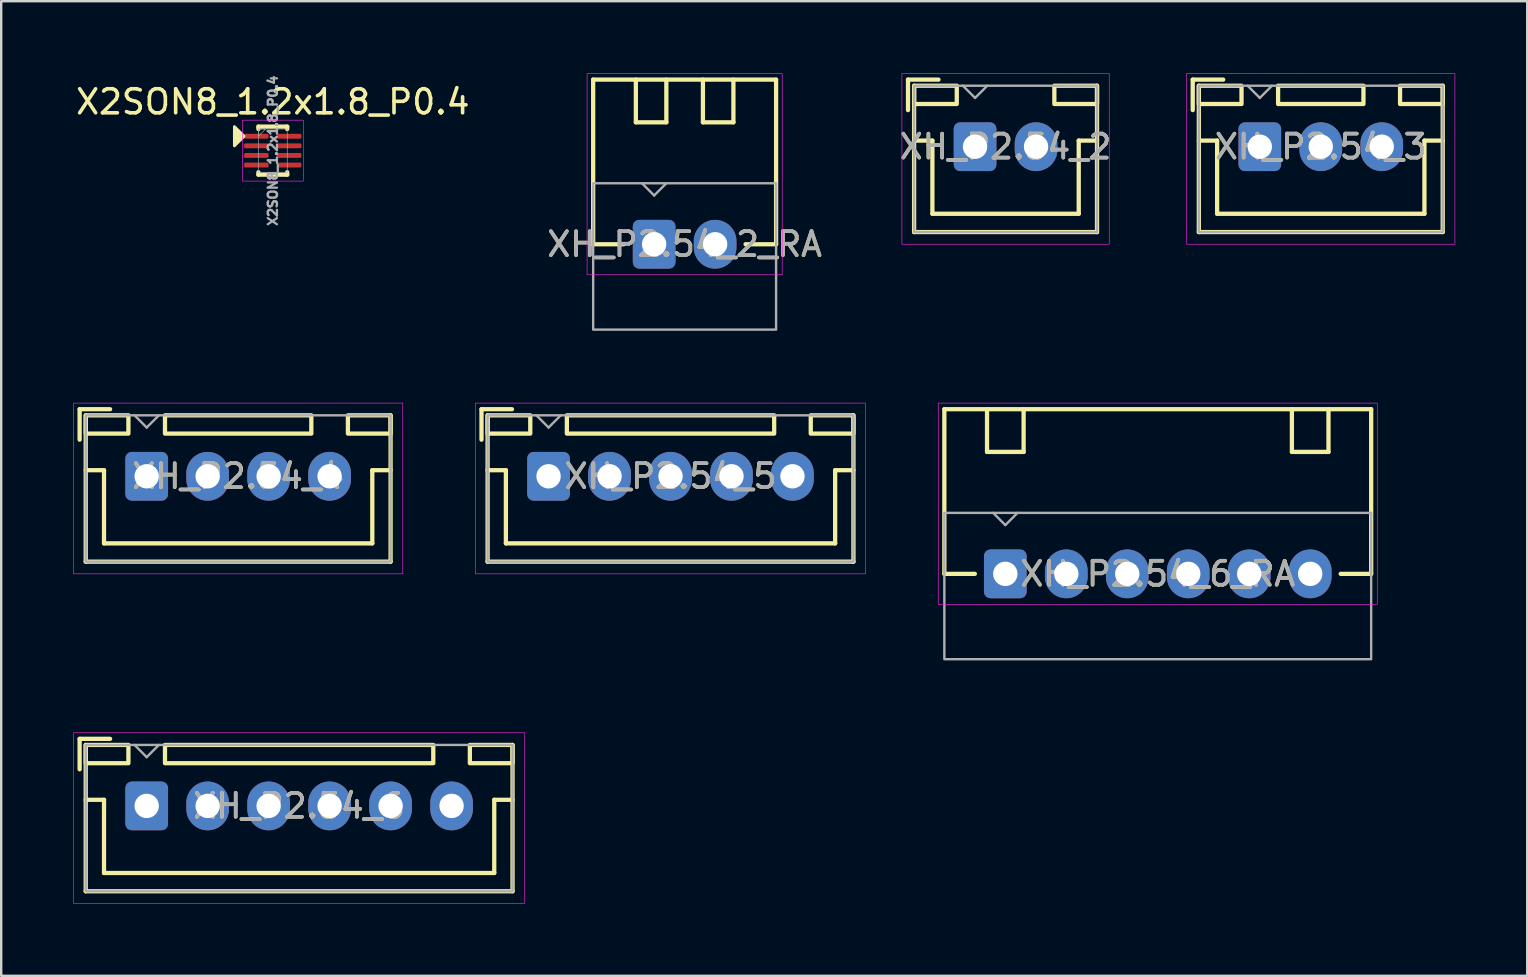
<source format=kicad_pcb>
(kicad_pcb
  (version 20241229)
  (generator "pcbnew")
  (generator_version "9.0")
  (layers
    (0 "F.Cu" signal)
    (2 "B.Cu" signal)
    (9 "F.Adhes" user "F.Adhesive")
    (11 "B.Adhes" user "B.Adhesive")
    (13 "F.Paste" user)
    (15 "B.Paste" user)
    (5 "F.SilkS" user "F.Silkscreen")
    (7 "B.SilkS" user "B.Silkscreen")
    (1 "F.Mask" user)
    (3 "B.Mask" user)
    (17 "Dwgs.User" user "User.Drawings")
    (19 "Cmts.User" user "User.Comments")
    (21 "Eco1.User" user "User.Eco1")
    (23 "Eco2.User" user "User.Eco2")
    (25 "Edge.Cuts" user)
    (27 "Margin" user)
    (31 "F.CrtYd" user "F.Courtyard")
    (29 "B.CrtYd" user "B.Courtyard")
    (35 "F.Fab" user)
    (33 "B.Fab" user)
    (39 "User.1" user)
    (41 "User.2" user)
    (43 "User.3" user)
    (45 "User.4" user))
  (footprint "X2SON8_1.2x1.8_P0.4"
    (layer "F.Cu")
    (at 8.315 3.225)
    (property "Reference" "X2SON8_1.2x1.8_P0.4" (at 0 -2.032 0) (unlocked yes) (layer "F.SilkS") (effects (font (size 1 1) (thickness 0.15))))
    (attr smd)
    (fp_line (start -0.6 -1) (end 0.6 -1) (stroke (width 0.178) (type solid)) (layer "F.SilkS"))
    (fp_line (start -0.6 -0.9) (end -0.6 -1) (stroke (width 0.178) (type solid)) (layer "F.SilkS"))
    (fp_line (start -0.6 0.9) (end -0.6 1) (stroke (width 0.178) (type solid)) (layer "F.SilkS"))
    (fp_line (start -0.6 1) (end 0.6 1) (stroke (width 0.178) (type solid)) (layer "F.SilkS"))
    (fp_line (start 0.6 -0.9) (end 0.6 -1) (stroke (width 0.178) (type solid)) (layer "F.SilkS"))
    (fp_line (start 0.6 0.9) (end 0.6 1) (stroke (width 0.178) (type solid)) (layer "F.SilkS"))
    (fp_poly (pts (xy -1.2 -0.6) (xy -1.6 -0.2) (xy -1.6 -1)) (stroke (width 0.12) (type solid)) (fill yes) (layer "F.SilkS"))
    (fp_rect (start -1.27 -1.27) (end 1.27 1.27) (stroke (width 0.025) (type solid)) (fill no) (layer "F.CrtYd"))
    (fp_rect (start -0.6 0.9) (end 0.6 -0.9) (stroke (width 0.025) (type solid)) (fill no) (layer "F.Fab"))
    (fp_poly (pts (xy -0.6 -0.9) (xy -0.6 -0.6) (xy -0.3 -0.9)) (stroke (width 0.025) (type solid)) (fill no) (layer "F.Fab"))
    (fp_text user "${REFERENCE}" (at 0 0 90) (unlocked yes) (layer "F.Fab") (effects (font (size 0.381 0.381) (thickness 0.095))))
    (pad "1" smd roundrect (at -0.686 -0.6) (size 1.016 0.203) (layers "F.Cu" "F.Mask" "F.Paste") (roundrect_rratio 0.25))
    (pad "2" smd roundrect (at -0.686 -0.2) (size 1.016 0.203) (layers "F.Cu" "F.Mask" "F.Paste") (roundrect_rratio 0.25))
    (pad "3" smd roundrect (at -0.686 0.2) (size 1.016 0.203) (layers "F.Cu" "F.Mask" "F.Paste") (roundrect_rratio 0.25))
    (pad "4" smd roundrect (at -0.686 0.6) (size 1.016 0.203) (layers "F.Cu" "F.Mask" "F.Paste") (roundrect_rratio 0.25))
    (pad "5" smd roundrect (at 0.686 0.6) (size 1.016 0.203) (layers "F.Cu" "F.Mask" "F.Paste") (roundrect_rratio 0.25))
    (pad "6" smd roundrect (at 0.686 0.2) (size 1.016 0.203) (layers "F.Cu" "F.Mask" "F.Paste") (roundrect_rratio 0.25))
    (pad "7" smd roundrect (at 0.686 -0.2) (size 1.016 0.203) (layers "F.Cu" "F.Mask" "F.Paste") (roundrect_rratio 0.25))
    (pad "8" smd roundrect (at 0.686 -0.6) (size 1.016 0.203) (layers "F.Cu" "F.Mask" "F.Paste") (roundrect_rratio 0.25)))
  (footprint "XH_P2.54_2"
    (layer "F.Cu")
    (at 38.839 3.061)
    (property "Reference" "XH_P2.54_2" (at 0 0 0) (layer "F.SilkS") (effects (font (size 1 1) (thickness 0.15))))
    (attr through_hole)
    (fp_line (start -4.064 -2.794) (end -2.794 -2.794) (stroke (width 0.178) (type solid)) (layer "F.SilkS"))
    (fp_line (start -4.064 -1.524) (end -4.064 -2.794) (stroke (width 0.178) (type solid)) (layer "F.SilkS"))
    (fp_line (start -3.81 -2.54) (end -3.81 3.556) (stroke (width 0.178) (type solid)) (layer "F.SilkS"))
    (fp_line (start -3.81 -0.254) (end -3.048 -0.254) (stroke (width 0.178) (type solid)) (layer "F.SilkS"))
    (fp_line (start -3.81 3.556) (end 3.81 3.556) (stroke (width 0.178) (type solid)) (layer "F.SilkS"))
    (fp_line (start -3.048 -0.254) (end -3.048 2.794) (stroke (width 0.178) (type solid)) (layer "F.SilkS"))
    (fp_line (start -3.048 2.794) (end 3.048 2.794) (stroke (width 0.178) (type solid)) (layer "F.SilkS"))
    (fp_line (start 3.048 -0.254) (end 3.048 2.794) (stroke (width 0.178) (type solid)) (layer "F.SilkS"))
    (fp_line (start 3.048 -0.254) (end 3.81 -0.254) (stroke (width 0.178) (type solid)) (layer "F.SilkS"))
    (fp_line (start 3.81 -2.54) (end 3.81 3.556) (stroke (width 0.178) (type solid)) (layer "F.SilkS"))
    (fp_rect (start -3.81 -2.54) (end -2.032 -1.778) (stroke (width 0.178) (type solid)) (fill no) (layer "F.SilkS"))
    (fp_rect (start 2.032 -2.54) (end 3.81 -1.778) (stroke (width 0.178) (type solid)) (fill no) (layer "F.SilkS"))
    (fp_rect (start -4.318 -3.048) (end 4.318 4.064) (stroke (width 0.025) (type solid)) (fill no) (layer "F.CrtYd"))
    (fp_line (start -1.778 -2.54) (end -1.27 -2.032) (stroke (width 0.1) (type solid)) (layer "F.Fab"))
    (fp_line (start -0.762 -2.54) (end -1.27 -2.032) (stroke (width 0.1) (type solid)) (layer "F.Fab"))
    (fp_rect (start -3.81 -2.54) (end 3.81 3.556) (stroke (width 0.1) (type solid)) (fill no) (layer "F.Fab"))
    (fp_text user "${REFERENCE}" (at 0 0 0) (layer "F.Fab") (effects (font (size 1 1) (thickness 0.15))))
    (pad "1" thru_hole roundrect (at -1.27 0) (size 1.778 2.032) (drill 1.016) (layers "*.Cu" "*.Mask") (roundrect_rratio 0.15))
    (pad "2" thru_hole oval (at 1.27 0) (size 1.778 2.032) (drill 1.016) (layers "*.Cu" "*.Mask")))
  (footprint "XH_P2.54_6_RA"
    (layer "F.Cu")
    (at 45.179 20.855)
    (property "Reference" "XH_P2.54_6_RA" (at 0 0 0) (layer "F.SilkS") (effects (font (size 1 1) (thickness 0.15))))
    (attr through_hole)
    (fp_line (start -8.89 -6.858) (end -8.89 0) (stroke (width 0.178) (type solid)) (layer "F.SilkS"))
    (fp_line (start -8.89 -6.858) (end 8.89 -6.858) (stroke (width 0.178) (type solid)) (layer "F.SilkS"))
    (fp_line (start -8.89 0) (end -7.62 0) (stroke (width 0.178) (type solid)) (layer "F.SilkS"))
    (fp_line (start -7.112 -5.08) (end -7.112 -6.858) (stroke (width 0.178) (type solid)) (layer "F.SilkS"))
    (fp_line (start -7.112 -5.08) (end -5.588 -5.08) (stroke (width 0.178) (type solid)) (layer "F.SilkS"))
    (fp_line (start -5.588 -5.08) (end -5.588 -6.858) (stroke (width 0.178) (type solid)) (layer "F.SilkS"))
    (fp_line (start 5.588 -5.08) (end 5.588 -6.858) (stroke (width 0.178) (type solid)) (layer "F.SilkS"))
    (fp_line (start 5.588 -5.08) (end 7.112 -5.08) (stroke (width 0.178) (type solid)) (layer "F.SilkS"))
    (fp_line (start 7.112 -5.08) (end 7.112 -6.858) (stroke (width 0.178) (type solid)) (layer "F.SilkS"))
    (fp_line (start 7.62 0) (end 8.89 0) (stroke (width 0.178) (type solid)) (layer "F.SilkS"))
    (fp_line (start 8.89 -6.858) (end 8.89 0) (stroke (width 0.178) (type solid)) (layer "F.SilkS"))
    (fp_rect (start -9.144 -7.112) (end 9.144 1.27) (stroke (width 0.025) (type solid)) (fill no) (layer "F.CrtYd"))
    (fp_line (start -6.858 -2.54) (end -6.35 -2.032) (stroke (width 0.1) (type solid)) (layer "F.Fab"))
    (fp_line (start -5.842 -2.54) (end -6.35 -2.032) (stroke (width 0.1) (type solid)) (layer "F.Fab"))
    (fp_rect (start -8.89 -2.54) (end 8.89 3.556) (stroke (width 0.1) (type solid)) (fill no) (layer "F.Fab"))
    (fp_text user "${REFERENCE}" (at 0 0 0) (layer "F.Fab") (effects (font (size 1 1) (thickness 0.15))))
    (pad "1" thru_hole roundrect (at -6.35 0) (size 1.778 2.032) (drill 1.016) (layers "*.Cu" "*.Mask") (roundrect_rratio 0.15))
    (pad "2" thru_hole oval (at -3.81 0) (size 1.778 2.032) (drill 1.016) (layers "*.Cu" "*.Mask"))
    (pad "3" thru_hole oval (at -1.27 0) (size 1.778 2.032) (drill 1.016) (layers "*.Cu" "*.Mask"))
    (pad "4" thru_hole oval (at 1.27 0) (size 1.778 2.032) (drill 1.016) (layers "*.Cu" "*.Mask"))
    (pad "5" thru_hole oval (at 3.81 0) (size 1.778 2.032) (drill 1.016) (layers "*.Cu" "*.Mask"))
    (pad "6" thru_hole oval (at 6.35 0) (size 1.778 2.032) (drill 1.016) (layers "*.Cu" "*.Mask")))
  (footprint "XH_P2.54_4"
    (layer "F.Cu")
    (at 6.871 16.791)
    (property "Reference" "XH_P2.54_4" (at 0 0 0) (layer "F.SilkS") (effects (font (size 1 1) (thickness 0.15))))
    (attr through_hole)
    (fp_line (start -6.604 -2.794) (end -5.334 -2.794) (stroke (width 0.178) (type solid)) (layer "F.SilkS"))
    (fp_line (start -6.604 -1.524) (end -6.604 -2.794) (stroke (width 0.178) (type solid)) (layer "F.SilkS"))
    (fp_line (start -6.35 -2.54) (end -6.35 3.556) (stroke (width 0.178) (type solid)) (layer "F.SilkS"))
    (fp_line (start -6.35 -0.254) (end -5.588 -0.254) (stroke (width 0.178) (type solid)) (layer "F.SilkS"))
    (fp_line (start -6.35 3.556) (end 6.35 3.556) (stroke (width 0.178) (type solid)) (layer "F.SilkS"))
    (fp_line (start -5.588 -0.254) (end -5.588 2.794) (stroke (width 0.178) (type solid)) (layer "F.SilkS"))
    (fp_line (start -5.588 2.794) (end 5.588 2.794) (stroke (width 0.178) (type solid)) (layer "F.SilkS"))
    (fp_line (start 5.588 -0.254) (end 5.588 2.794) (stroke (width 0.178) (type solid)) (layer "F.SilkS"))
    (fp_line (start 5.588 -0.254) (end 6.35 -0.254) (stroke (width 0.178) (type solid)) (layer "F.SilkS"))
    (fp_line (start 6.35 -2.54) (end 6.35 3.556) (stroke (width 0.178) (type solid)) (layer "F.SilkS"))
    (fp_rect (start -6.35 -2.54) (end -4.572 -1.778) (stroke (width 0.178) (type solid)) (fill no) (layer "F.SilkS"))
    (fp_rect (start -3.048 -2.54) (end 3.048 -1.778) (stroke (width 0.178) (type solid)) (fill no) (layer "F.SilkS"))
    (fp_rect (start 4.572 -2.54) (end 6.35 -1.778) (stroke (width 0.178) (type solid)) (fill no) (layer "F.SilkS"))
    (fp_rect (start -6.858 -3.048) (end 6.858 4.064) (stroke (width 0.025) (type solid)) (fill no) (layer "F.CrtYd"))
    (fp_line (start -4.318 -2.54) (end -3.81 -2.032) (stroke (width 0.1) (type solid)) (layer "F.Fab"))
    (fp_line (start -3.302 -2.54) (end -3.81 -2.032) (stroke (width 0.1) (type solid)) (layer "F.Fab"))
    (fp_rect (start -6.35 -2.54) (end 6.35 3.556) (stroke (width 0.1) (type solid)) (fill no) (layer "F.Fab"))
    (fp_text user "${REFERENCE}" (at 0 0 0) (layer "F.Fab") (effects (font (size 1 1) (thickness 0.15))))
    (pad "1" thru_hole roundrect (at -3.81 0) (size 1.778 2.032) (drill 1.016) (layers "*.Cu" "*.Mask") (roundrect_rratio 0.15))
    (pad "2" thru_hole oval (at -1.27 0) (size 1.778 2.032) (drill 1.016) (layers "*.Cu" "*.Mask"))
    (pad "3" thru_hole oval (at 1.27 0) (size 1.778 2.032) (drill 1.016) (layers "*.Cu" "*.Mask"))
    (pad "4" thru_hole oval (at 3.81 0) (size 1.778 2.032) (drill 1.016) (layers "*.Cu" "*.Mask")))
  (footprint "XH_P2.54_6"
    (layer "F.Cu")
    (at 9.411 30.522)
    (property "Reference" "XH_P2.54_6" (at 0 0 0) (layer "F.SilkS") (effects (font (size 1 1) (thickness 0.15))))
    (attr through_hole)
    (fp_line (start -9.144 -2.794) (end -7.874 -2.794) (stroke (width 0.178) (type solid)) (layer "F.SilkS"))
    (fp_line (start -9.144 -1.524) (end -9.144 -2.794) (stroke (width 0.178) (type solid)) (layer "F.SilkS"))
    (fp_line (start -8.89 -2.54) (end -8.89 3.556) (stroke (width 0.178) (type solid)) (layer "F.SilkS"))
    (fp_line (start -8.89 -0.254) (end -8.128 -0.254) (stroke (width 0.178) (type solid)) (layer "F.SilkS"))
    (fp_line (start -8.89 3.556) (end 8.89 3.556) (stroke (width 0.178) (type solid)) (layer "F.SilkS"))
    (fp_line (start -8.128 -0.254) (end -8.128 2.794) (stroke (width 0.178) (type solid)) (layer "F.SilkS"))
    (fp_line (start -8.128 2.794) (end 8.128 2.794) (stroke (width 0.178) (type solid)) (layer "F.SilkS"))
    (fp_line (start 8.128 -0.254) (end 8.128 2.794) (stroke (width 0.178) (type solid)) (layer "F.SilkS"))
    (fp_line (start 8.128 -0.254) (end 8.89 -0.254) (stroke (width 0.178) (type solid)) (layer "F.SilkS"))
    (fp_line (start 8.89 -2.54) (end 8.89 3.556) (stroke (width 0.178) (type solid)) (layer "F.SilkS"))
    (fp_rect (start -7.112 -1.778) (end -8.89 -2.54) (stroke (width 0.178) (type solid)) (fill no) (layer "F.SilkS"))
    (fp_rect (start -5.588 -2.54) (end 5.588 -1.778) (stroke (width 0.178) (type solid)) (fill no) (layer "F.SilkS"))
    (fp_rect (start 7.112 -2.54) (end 8.89 -1.778) (stroke (width 0.178) (type solid)) (fill no) (layer "F.SilkS"))
    (fp_rect (start -9.398 -3.048) (end 9.398 4.064) (stroke (width 0.025) (type solid)) (fill no) (layer "F.CrtYd"))
    (fp_line (start -6.858 -2.54) (end -6.35 -2.032) (stroke (width 0.1) (type solid)) (layer "F.Fab"))
    (fp_line (start -5.842 -2.54) (end -6.35 -2.032) (stroke (width 0.1) (type solid)) (layer "F.Fab"))
    (fp_rect (start -8.89 -2.54) (end 8.89 3.556) (stroke (width 0.1) (type solid)) (fill no) (layer "F.Fab"))
    (fp_text user "${REFERENCE}" (at 0 0 0) (layer "F.Fab") (effects (font (size 1 1) (thickness 0.15))))
    (pad "1" thru_hole roundrect (at -6.35 0) (size 1.778 2.032) (drill 1.016) (layers "*.Cu" "*.Mask") (roundrect_rratio 0.15))
    (pad "2" thru_hole oval (at -3.81 0) (size 1.778 2.032) (drill 1.016) (layers "*.Cu" "*.Mask"))
    (pad "3" thru_hole oval (at -1.27 0) (size 1.778 2.032) (drill 1.016) (layers "*.Cu" "*.Mask"))
    (pad "4" thru_hole oval (at 1.27 0) (size 1.778 2.032) (drill 1.016) (layers "*.Cu" "*.Mask"))
    (pad "5" thru_hole oval (at 3.81 0) (size 1.778 2.032) (drill 1.016) (layers "*.Cu" "*.Mask"))
    (pad "6" thru_hole oval (at 6.35 0) (size 1.778 2.032) (drill 1.016) (layers "*.Cu" "*.Mask")))
  (footprint "XH_P2.54_3"
    (layer "F.Cu")
    (at 51.97 3.061)
    (property "Reference" "XH_P2.54_3" (at 0 0 0) (layer "F.SilkS") (effects (font (size 1 1) (thickness 0.15))))
    (attr through_hole)
    (fp_line (start -5.334 -2.794) (end -4.064 -2.794) (stroke (width 0.178) (type solid)) (layer "F.SilkS"))
    (fp_line (start -5.334 -1.524) (end -5.334 -2.794) (stroke (width 0.178) (type solid)) (layer "F.SilkS"))
    (fp_line (start -5.08 -2.54) (end -5.08 3.556) (stroke (width 0.178) (type solid)) (layer "F.SilkS"))
    (fp_line (start -5.08 -0.254) (end -4.318 -0.254) (stroke (width 0.178) (type solid)) (layer "F.SilkS"))
    (fp_line (start -5.08 3.556) (end 5.08 3.556) (stroke (width 0.178) (type solid)) (layer "F.SilkS"))
    (fp_line (start -4.318 -0.254) (end -4.318 2.794) (stroke (width 0.178) (type solid)) (layer "F.SilkS"))
    (fp_line (start -4.318 2.794) (end 4.318 2.794) (stroke (width 0.178) (type solid)) (layer "F.SilkS"))
    (fp_line (start 4.318 -0.254) (end 4.318 2.794) (stroke (width 0.178) (type solid)) (layer "F.SilkS"))
    (fp_line (start 4.318 -0.254) (end 5.08 -0.254) (stroke (width 0.178) (type solid)) (layer "F.SilkS"))
    (fp_line (start 5.08 -2.54) (end 5.08 3.556) (stroke (width 0.178) (type solid)) (layer "F.SilkS"))
    (fp_rect (start -5.08 -2.54) (end -3.302 -1.778) (stroke (width 0.178) (type solid)) (fill no) (layer "F.SilkS"))
    (fp_rect (start -1.778 -2.54) (end 1.778 -1.778) (stroke (width 0.178) (type solid)) (fill no) (layer "F.SilkS"))
    (fp_rect (start 3.302 -2.54) (end 5.08 -1.778) (stroke (width 0.178) (type solid)) (fill no) (layer "F.SilkS"))
    (fp_rect (start -5.588 -3.048) (end 5.588 4.064) (stroke (width 0.025) (type solid)) (fill no) (layer "F.CrtYd"))
    (fp_line (start -3.048 -2.54) (end -2.54 -2.032) (stroke (width 0.1) (type solid)) (layer "F.Fab"))
    (fp_line (start -2.032 -2.54) (end -2.54 -2.032) (stroke (width 0.1) (type solid)) (layer "F.Fab"))
    (fp_rect (start -5.08 -2.54) (end 5.08 3.556) (stroke (width 0.1) (type solid)) (fill no) (layer "F.Fab"))
    (fp_text user "${REFERENCE}" (at 0 0 0) (layer "F.Fab") (effects (font (size 1 1) (thickness 0.15))))
    (pad "1" thru_hole roundrect (at -2.54 0) (size 1.778 2.032) (drill 1.016) (layers "*.Cu" "*.Mask") (roundrect_rratio 0.15))
    (pad "2" thru_hole oval (at 0 0) (size 1.778 2.032) (drill 1.016) (layers "*.Cu" "*.Mask"))
    (pad "3" thru_hole oval (at 2.54 0) (size 1.778 2.032) (drill 1.016) (layers "*.Cu" "*.Mask")))
  (footprint "XH_P2.54_5"
    (layer "F.Cu")
    (at 24.882 16.791)
    (property "Reference" "XH_P2.54_5" (at 0 0 0) (layer "F.SilkS") (effects (font (size 1 1) (thickness 0.15))))
    (attr through_hole)
    (fp_line (start -7.874 -2.794) (end -6.604 -2.794) (stroke (width 0.178) (type solid)) (layer "F.SilkS"))
    (fp_line (start -7.874 -1.524) (end -7.874 -2.794) (stroke (width 0.178) (type solid)) (layer "F.SilkS"))
    (fp_line (start -7.62 -2.54) (end -7.62 3.556) (stroke (width 0.178) (type solid)) (layer "F.SilkS"))
    (fp_line (start -7.62 -0.254) (end -6.858 -0.254) (stroke (width 0.178) (type solid)) (layer "F.SilkS"))
    (fp_line (start -7.62 3.556) (end 7.62 3.556) (stroke (width 0.178) (type solid)) (layer "F.SilkS"))
    (fp_line (start -6.858 -0.254) (end -6.858 2.794) (stroke (width 0.178) (type solid)) (layer "F.SilkS"))
    (fp_line (start -6.858 2.794) (end 6.858 2.794) (stroke (width 0.178) (type solid)) (layer "F.SilkS"))
    (fp_line (start 6.858 -0.254) (end 6.858 2.794) (stroke (width 0.178) (type solid)) (layer "F.SilkS"))
    (fp_line (start 6.858 -0.254) (end 7.62 -0.254) (stroke (width 0.178) (type solid)) (layer "F.SilkS"))
    (fp_line (start 7.62 -2.54) (end 7.62 3.556) (stroke (width 0.178) (type solid)) (layer "F.SilkS"))
    (fp_rect (start -7.62 -2.54) (end -5.842 -1.778) (stroke (width 0.178) (type solid)) (fill no) (layer "F.SilkS"))
    (fp_rect (start -4.318 -2.54) (end 4.318 -1.778) (stroke (width 0.178) (type solid)) (fill no) (layer "F.SilkS"))
    (fp_rect (start 5.842 -2.54) (end 7.62 -1.778) (stroke (width 0.178) (type solid)) (fill no) (layer "F.SilkS"))
    (fp_rect (start -8.128 -3.048) (end 8.128 4.064) (stroke (width 0.025) (type solid)) (fill no) (layer "F.CrtYd"))
    (fp_line (start -5.588 -2.54) (end -5.08 -2.032) (stroke (width 0.1) (type solid)) (layer "F.Fab"))
    (fp_line (start -4.572 -2.54) (end -5.08 -2.032) (stroke (width 0.1) (type solid)) (layer "F.Fab"))
    (fp_rect (start -7.62 -2.54) (end 7.62 3.556) (stroke (width 0.1) (type solid)) (fill no) (layer "F.Fab"))
    (fp_text user "${REFERENCE}" (at 0 0 0) (layer "F.Fab") (effects (font (size 1 1) (thickness 0.15))))
    (pad "1" thru_hole roundrect (at -5.08 0) (size 1.778 2.032) (drill 1.016) (layers "*.Cu" "*.Mask") (roundrect_rratio 0.15))
    (pad "2" thru_hole oval (at -2.54 0) (size 1.778 2.032) (drill 1.016) (layers "*.Cu" "*.Mask"))
    (pad "3" thru_hole oval (at 0 0) (size 1.778 2.032) (drill 1.016) (layers "*.Cu" "*.Mask"))
    (pad "4" thru_hole oval (at 2.54 0) (size 1.778 2.032) (drill 1.016) (layers "*.Cu" "*.Mask"))
    (pad "5" thru_hole oval (at 5.08 0) (size 1.778 2.032) (drill 1.016) (layers "*.Cu" "*.Mask")))
  (footprint "XH_P2.54_2_RA"
    (layer "F.Cu")
    (at 25.47 7.125)
    (property "Reference" "XH_P2.54_2_RA" (at 0 0 0) (layer "F.SilkS") (effects (font (size 1 1) (thickness 0.15))))
    (attr through_hole)
    (fp_line (start -3.81 -6.858) (end -3.81 0) (stroke (width 0.178) (type solid)) (layer "F.SilkS"))
    (fp_line (start -3.81 -6.858) (end 3.81 -6.858) (stroke (width 0.178) (type solid)) (layer "F.SilkS"))
    (fp_line (start -3.81 0) (end -2.54 0) (stroke (width 0.178) (type solid)) (layer "F.SilkS"))
    (fp_line (start -2.032 -5.08) (end -2.032 -6.858) (stroke (width 0.178) (type solid)) (layer "F.SilkS"))
    (fp_line (start -2.032 -5.08) (end -0.762 -5.08) (stroke (width 0.178) (type solid)) (layer "F.SilkS"))
    (fp_line (start -0.762 -5.08) (end -0.762 -6.858) (stroke (width 0.178) (type solid)) (layer "F.SilkS"))
    (fp_line (start 0.762 -5.08) (end 0.762 -6.858) (stroke (width 0.178) (type solid)) (layer "F.SilkS"))
    (fp_line (start 0.762 -5.08) (end 2.032 -5.08) (stroke (width 0.178) (type solid)) (layer "F.SilkS"))
    (fp_line (start 2.032 -5.08) (end 2.032 -6.858) (stroke (width 0.178) (type solid)) (layer "F.SilkS"))
    (fp_line (start 2.54 0) (end 3.81 0) (stroke (width 0.178) (type solid)) (layer "F.SilkS"))
    (fp_line (start 3.81 -6.858) (end 3.81 0) (stroke (width 0.178) (type solid)) (layer "F.SilkS"))
    (fp_rect (start -4.064 -7.112) (end 4.064 1.27) (stroke (width 0.025) (type solid)) (fill no) (layer "F.CrtYd"))
    (fp_line (start -1.778 -2.54) (end -1.27 -2.032) (stroke (width 0.1) (type solid)) (layer "F.Fab"))
    (fp_line (start -0.762 -2.54) (end -1.27 -2.032) (stroke (width 0.1) (type solid)) (layer "F.Fab"))
    (fp_rect (start -3.81 -2.54) (end 3.81 3.556) (stroke (width 0.1) (type solid)) (fill no) (layer "F.Fab"))
    (fp_text user "${REFERENCE}" (at 0 0 0) (layer "F.Fab") (effects (font (size 1 1) (thickness 0.15))))
    (pad "1" thru_hole roundrect (at -1.27 0) (size 1.778 2.032) (drill 1.016) (layers "*.Cu" "*.Mask") (roundrect_rratio 0.15))
    (pad "2" thru_hole oval (at 1.27 0) (size 1.778 2.032) (drill 1.016) (layers "*.Cu" "*.Mask")))
  (gr_rect
    (start -3 -3)
    (end 60.57 37.599)
    (stroke (width 0.1) (type default))
    (fill no)
    (layer "Edge.Cuts")))
</source>
